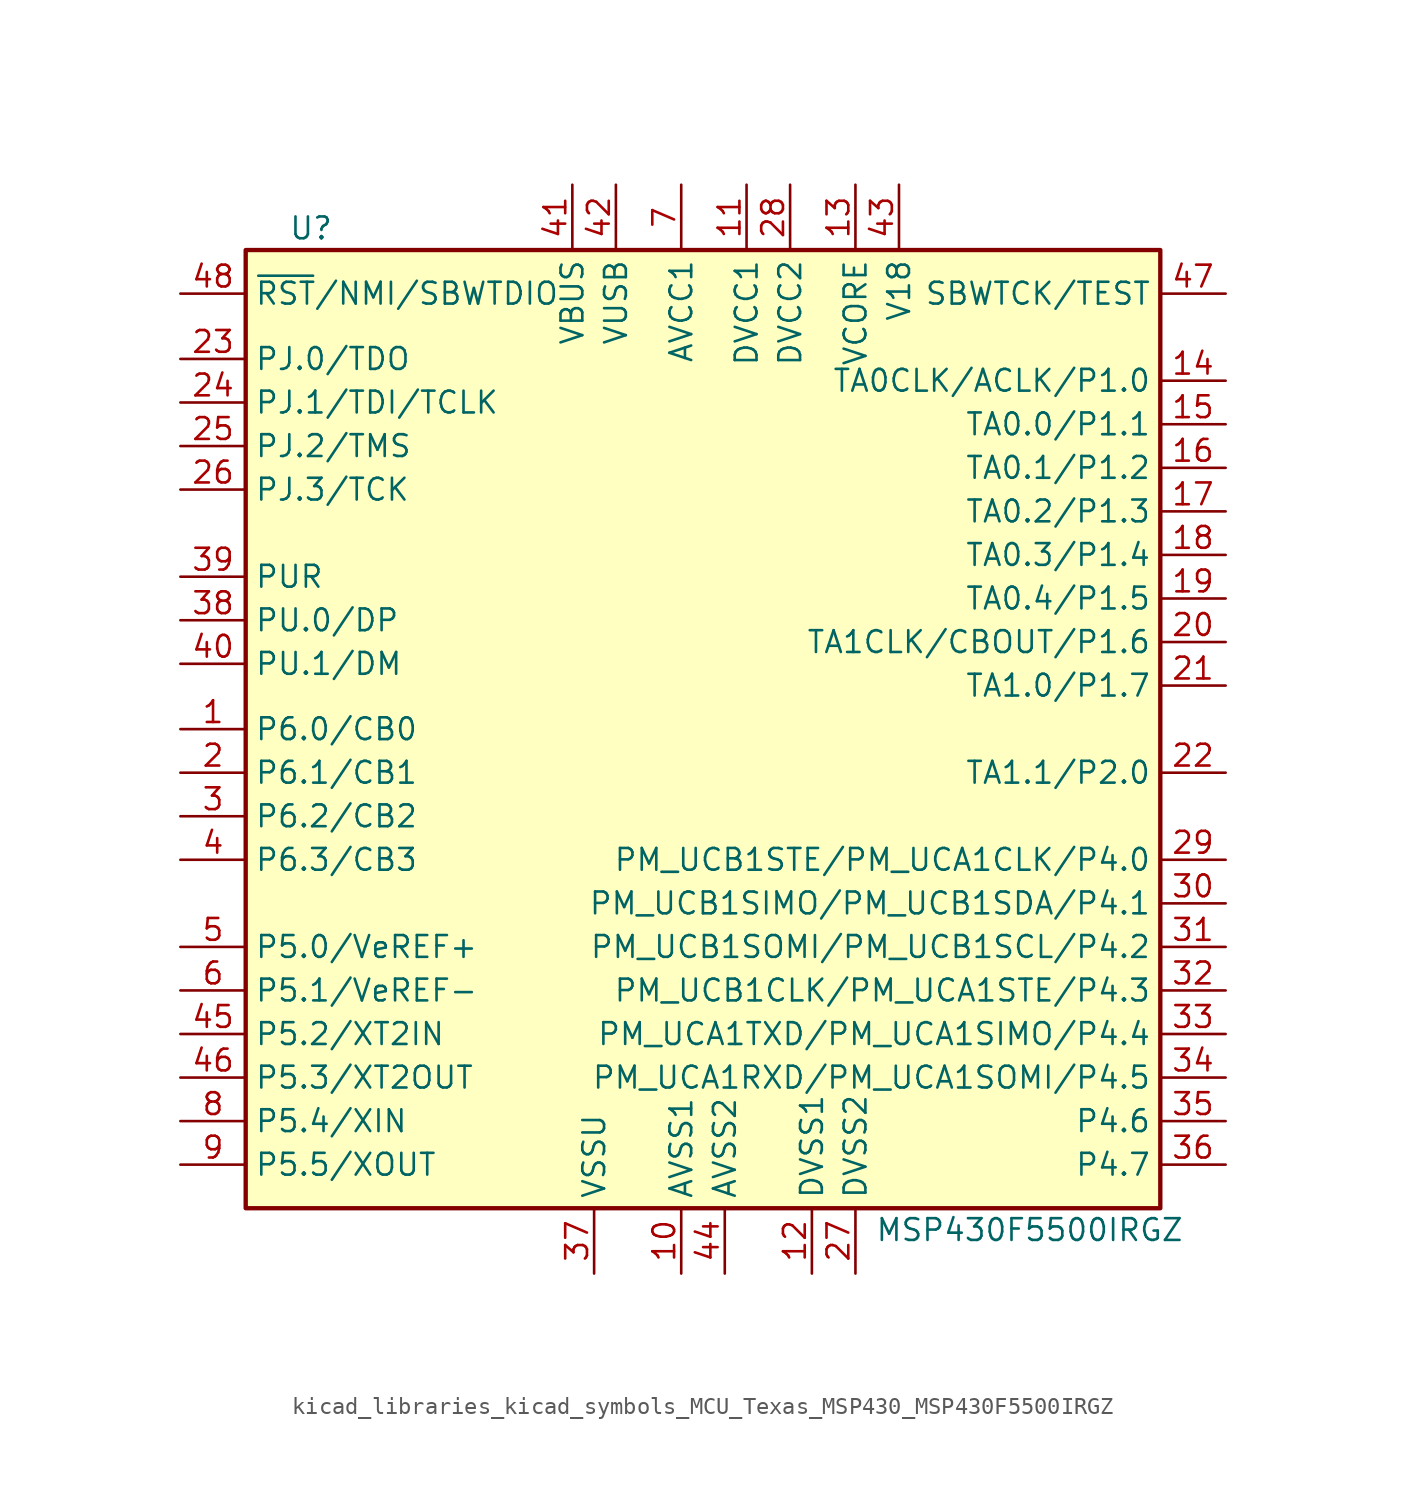
<source format=kicad_sym>
(kicad_symbol_lib
  (version 20220914)
  (generator kicad_symbol_editor)
  (symbol "kicad_libraries_kicad_symbols_MCU_Texas_MSP430_MSP430F5500IRGZ"
    (property "Reference" "U"
      (at -22.86 29.21 0)
      (effects (font (size 1.27 1.27))))
    (property "Value" "MSP430F5500IRGZ"
      (at 19.05 -29.21 0)
      (effects (font (size 1.27 1.27))))
    (symbol "kicad_libraries_kicad_symbols_MCU_Texas_MSP430_MSP430F5500IRGZ_0_1"
      (rectangle (start -26.67 27.94) (end 26.67 -27.94) (stroke (width 0.254) (type default)) (fill (type background))))
    (symbol "kicad_libraries_kicad_symbols_MCU_Texas_MSP430_MSP430F5500IRGZ_1_1"
      (pin bidirectional line (at -30.48 0 0) (length 3.81) (name "P6.0/CB0" (effects (font (size 1.27 1.27)))) (number "1" (effects (font (size 1.27 1.27)))))
      (pin power_in line (at -1.27 -31.75 90) (length 3.81) (name "AVSS1" (effects (font (size 1.27 1.27)))) (number "10" (effects (font (size 1.27 1.27)))))
      (pin power_in line (at 2.54 31.75 270) (length 3.81) (name "DVCC1" (effects (font (size 1.27 1.27)))) (number "11" (effects (font (size 1.27 1.27)))))
      (pin power_in line (at 6.35 -31.75 90) (length 3.81) (name "DVSS1" (effects (font (size 1.27 1.27)))) (number "12" (effects (font (size 1.27 1.27)))))
      (pin passive line (at 8.89 31.75 270) (length 3.81) (name "VCORE" (effects (font (size 1.27 1.27)))) (number "13" (effects (font (size 1.27 1.27)))))
      (pin bidirectional line (at 30.48 20.32 180) (length 3.81) (name "TA0CLK/ACLK/P1.0" (effects (font (size 1.27 1.27)))) (number "14" (effects (font (size 1.27 1.27)))))
      (pin bidirectional line (at 30.48 17.78 180) (length 3.81) (name "TA0.0/P1.1" (effects (font (size 1.27 1.27)))) (number "15" (effects (font (size 1.27 1.27)))))
      (pin bidirectional line (at 30.48 15.24 180) (length 3.81) (name "TA0.1/P1.2" (effects (font (size 1.27 1.27)))) (number "16" (effects (font (size 1.27 1.27)))))
      (pin bidirectional line (at 30.48 12.7 180) (length 3.81) (name "TA0.2/P1.3" (effects (font (size 1.27 1.27)))) (number "17" (effects (font (size 1.27 1.27)))))
      (pin bidirectional line (at 30.48 10.16 180) (length 3.81) (name "TA0.3/P1.4" (effects (font (size 1.27 1.27)))) (number "18" (effects (font (size 1.27 1.27)))))
      (pin bidirectional line (at 30.48 7.62 180) (length 3.81) (name "TA0.4/P1.5" (effects (font (size 1.27 1.27)))) (number "19" (effects (font (size 1.27 1.27)))))
      (pin bidirectional line (at -30.48 -2.54 0) (length 3.81) (name "P6.1/CB1" (effects (font (size 1.27 1.27)))) (number "2" (effects (font (size 1.27 1.27)))))
      (pin bidirectional line (at 30.48 5.08 180) (length 3.81) (name "TA1CLK/CBOUT/P1.6" (effects (font (size 1.27 1.27)))) (number "20" (effects (font (size 1.27 1.27)))))
      (pin bidirectional line (at 30.48 2.54 180) (length 3.81) (name "TA1.0/P1.7" (effects (font (size 1.27 1.27)))) (number "21" (effects (font (size 1.27 1.27)))))
      (pin bidirectional line (at 30.48 -2.54 180) (length 3.81) (name "TA1.1/P2.0" (effects (font (size 1.27 1.27)))) (number "22" (effects (font (size 1.27 1.27)))))
      (pin bidirectional line (at -30.48 21.59 0) (length 3.81) (name "PJ.0/TDO" (effects (font (size 1.27 1.27)))) (number "23" (effects (font (size 1.27 1.27)))))
      (pin bidirectional line (at -30.48 19.05 0) (length 3.81) (name "PJ.1/TDI/TCLK" (effects (font (size 1.27 1.27)))) (number "24" (effects (font (size 1.27 1.27)))))
      (pin bidirectional line (at -30.48 16.51 0) (length 3.81) (name "PJ.2/TMS" (effects (font (size 1.27 1.27)))) (number "25" (effects (font (size 1.27 1.27)))))
      (pin bidirectional line (at -30.48 13.97 0) (length 3.81) (name "PJ.3/TCK" (effects (font (size 1.27 1.27)))) (number "26" (effects (font (size 1.27 1.27)))))
      (pin power_in line (at 8.89 -31.75 90) (length 3.81) (name "DVSS2" (effects (font (size 1.27 1.27)))) (number "27" (effects (font (size 1.27 1.27)))))
      (pin power_in line (at 5.08 31.75 270) (length 3.81) (name "DVCC2" (effects (font (size 1.27 1.27)))) (number "28" (effects (font (size 1.27 1.27)))))
      (pin bidirectional line (at 30.48 -7.62 180) (length 3.81) (name "PM_UCB1STE/PM_UCA1CLK/P4.0" (effects (font (size 1.27 1.27)))) (number "29" (effects (font (size 1.27 1.27)))))
      (pin bidirectional line (at -30.48 -5.08 0) (length 3.81) (name "P6.2/CB2" (effects (font (size 1.27 1.27)))) (number "3" (effects (font (size 1.27 1.27)))))
      (pin bidirectional line (at 30.48 -10.16 180) (length 3.81) (name "PM_UCB1SIMO/PM_UCB1SDA/P4.1" (effects (font (size 1.27 1.27)))) (number "30" (effects (font (size 1.27 1.27)))))
      (pin bidirectional line (at 30.48 -12.7 180) (length 3.81) (name "PM_UCB1SOMI/PM_UCB1SCL/P4.2" (effects (font (size 1.27 1.27)))) (number "31" (effects (font (size 1.27 1.27)))))
      (pin bidirectional line (at 30.48 -15.24 180) (length 3.81) (name "PM_UCB1CLK/PM_UCA1STE/P4.3" (effects (font (size 1.27 1.27)))) (number "32" (effects (font (size 1.27 1.27)))))
      (pin bidirectional line (at 30.48 -17.78 180) (length 3.81) (name "PM_UCA1TXD/PM_UCA1SIMO/P4.4" (effects (font (size 1.27 1.27)))) (number "33" (effects (font (size 1.27 1.27)))))
      (pin bidirectional line (at 30.48 -20.32 180) (length 3.81) (name "PM_UCA1RXD/PM_UCA1SOMI/P4.5" (effects (font (size 1.27 1.27)))) (number "34" (effects (font (size 1.27 1.27)))))
      (pin bidirectional line (at 30.48 -22.86 180) (length 3.81) (name "P4.6" (effects (font (size 1.27 1.27)))) (number "35" (effects (font (size 1.27 1.27)))))
      (pin bidirectional line (at 30.48 -25.4 180) (length 3.81) (name "P4.7" (effects (font (size 1.27 1.27)))) (number "36" (effects (font (size 1.27 1.27)))))
      (pin power_in line (at -6.35 -31.75 90) (length 3.81) (name "VSSU" (effects (font (size 1.27 1.27)))) (number "37" (effects (font (size 1.27 1.27)))))
      (pin bidirectional line (at -30.48 6.35 0) (length 3.81) (name "PU.0/DP" (effects (font (size 1.27 1.27)))) (number "38" (effects (font (size 1.27 1.27)))))
      (pin bidirectional line (at -30.48 8.89 0) (length 3.81) (name "PUR" (effects (font (size 1.27 1.27)))) (number "39" (effects (font (size 1.27 1.27)))))
      (pin bidirectional line (at -30.48 -7.62 0) (length 3.81) (name "P6.3/CB3" (effects (font (size 1.27 1.27)))) (number "4" (effects (font (size 1.27 1.27)))))
      (pin bidirectional line (at -30.48 3.81 0) (length 3.81) (name "PU.1/DM" (effects (font (size 1.27 1.27)))) (number "40" (effects (font (size 1.27 1.27)))))
      (pin power_in line (at -7.62 31.75 270) (length 3.81) (name "VBUS" (effects (font (size 1.27 1.27)))) (number "41" (effects (font (size 1.27 1.27)))))
      (pin power_out line (at -5.08 31.75 270) (length 3.81) (name "VUSB" (effects (font (size 1.27 1.27)))) (number "42" (effects (font (size 1.27 1.27)))))
      (pin passive line (at 11.43 31.75 270) (length 3.81) (name "V18" (effects (font (size 1.27 1.27)))) (number "43" (effects (font (size 1.27 1.27)))))
      (pin power_in line (at 1.27 -31.75 90) (length 3.81) (name "AVSS2" (effects (font (size 1.27 1.27)))) (number "44" (effects (font (size 1.27 1.27)))))
      (pin bidirectional line (at -30.48 -17.78 0) (length 3.81) (name "P5.2/XT2IN" (effects (font (size 1.27 1.27)))) (number "45" (effects (font (size 1.27 1.27)))))
      (pin bidirectional line (at -30.48 -20.32 0) (length 3.81) (name "P5.3/XT2OUT" (effects (font (size 1.27 1.27)))) (number "46" (effects (font (size 1.27 1.27)))))
      (pin input line (at 30.48 25.4 180) (length 3.81) (name "SBWTCK/TEST" (effects (font (size 1.27 1.27)))) (number "47" (effects (font (size 1.27 1.27)))))
      (pin input line (at -30.48 25.4 0) (length 3.81) (name "~{RST}/NMI/SBWTDIO" (effects (font (size 1.27 1.27)))) (number "48" (effects (font (size 1.27 1.27)))))
      (pin bidirectional line (at -30.48 -12.7 0) (length 3.81) (name "P5.0/VeREF+" (effects (font (size 1.27 1.27)))) (number "5" (effects (font (size 1.27 1.27)))))
      (pin bidirectional line (at -30.48 -15.24 0) (length 3.81) (name "P5.1/VeREF-" (effects (font (size 1.27 1.27)))) (number "6" (effects (font (size 1.27 1.27)))))
      (pin power_in line (at -1.27 31.75 270) (length 3.81) (name "AVCC1" (effects (font (size 1.27 1.27)))) (number "7" (effects (font (size 1.27 1.27)))))
      (pin bidirectional line (at -30.48 -22.86 0) (length 3.81) (name "P5.4/XIN" (effects (font (size 1.27 1.27)))) (number "8" (effects (font (size 1.27 1.27)))))
      (pin bidirectional line (at -30.48 -25.4 0) (length 3.81) (name "P5.5/XOUT" (effects (font (size 1.27 1.27)))) (number "9" (effects (font (size 1.27 1.27))))))))
</source>
